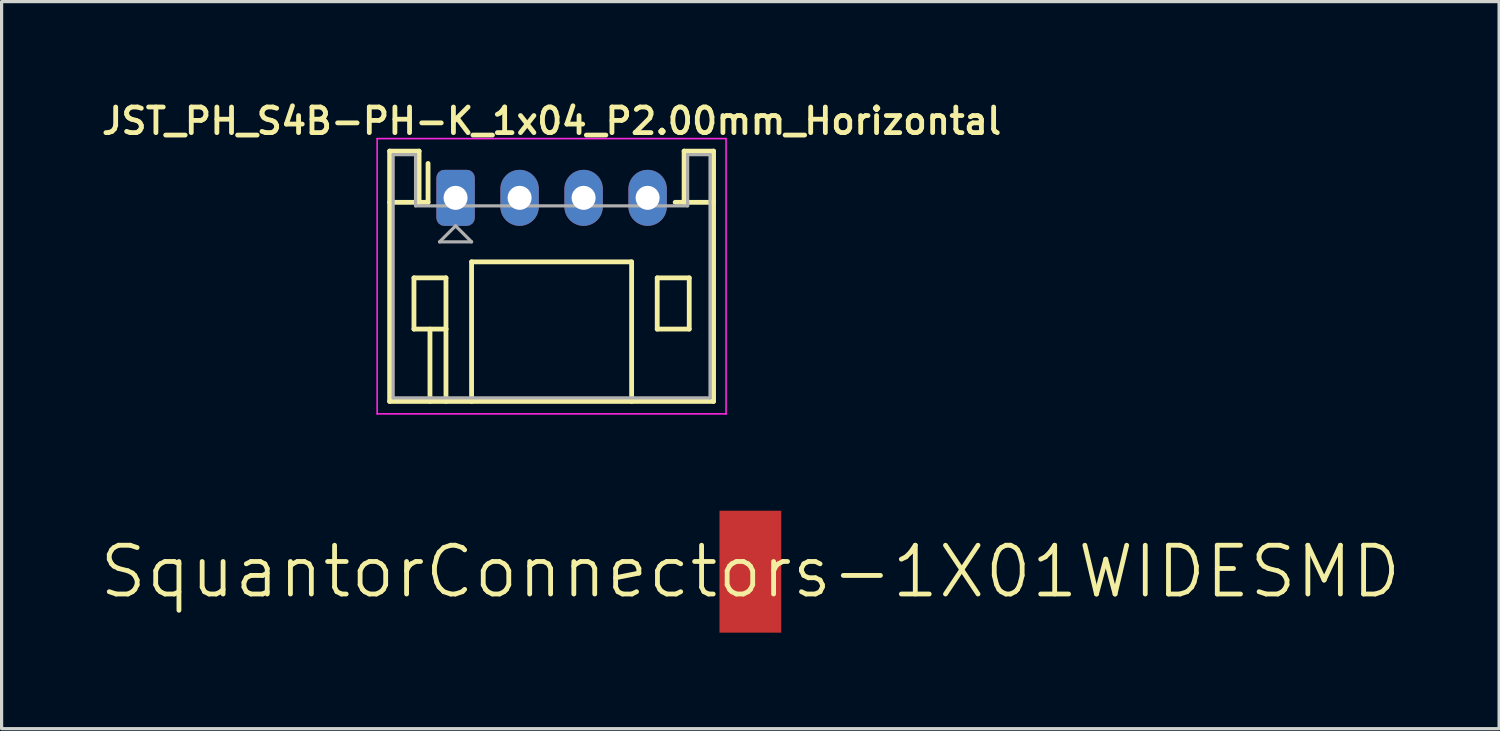
<source format=kicad_pcb>
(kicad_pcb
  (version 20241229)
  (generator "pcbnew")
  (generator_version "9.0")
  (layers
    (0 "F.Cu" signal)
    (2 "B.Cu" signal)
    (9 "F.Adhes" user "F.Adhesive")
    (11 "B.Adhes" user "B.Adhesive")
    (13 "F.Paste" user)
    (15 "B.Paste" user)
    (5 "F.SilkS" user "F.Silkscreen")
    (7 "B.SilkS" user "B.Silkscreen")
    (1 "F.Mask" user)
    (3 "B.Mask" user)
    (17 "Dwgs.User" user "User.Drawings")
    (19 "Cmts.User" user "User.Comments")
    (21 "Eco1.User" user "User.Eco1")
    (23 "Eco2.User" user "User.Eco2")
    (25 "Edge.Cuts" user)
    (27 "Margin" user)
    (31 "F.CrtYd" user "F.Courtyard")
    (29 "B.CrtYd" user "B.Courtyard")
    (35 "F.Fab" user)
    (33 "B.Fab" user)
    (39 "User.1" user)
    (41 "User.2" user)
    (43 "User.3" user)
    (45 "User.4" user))
  (footprint "SquantorConnectors-1X01WIDESMD"
    (layer "F.Cu")
    (at 20.393 14.811)
    (property "Reference" "SquantorConnectors-1X01WIDESMD" (at 0 0 0) (layer "F.SilkS") (effects (font (size 1.524 1.524) (thickness 0.15))))
    (attr smd)
    (pad "1" smd rect (at 0 0 90) (size 3.81 1.93) (layers "F.Cu" "F.Mask" "F.Paste")))
  (footprint "JST_PH_S4B-PH-K_1x04_P2.00mm_Horizontal"
    (layer "F.Cu")
    (at 11.183 3.131)
    (property "Reference" "JST_PH_S4B-PH-K_1x04_P2.00mm_Horizontal" (at 3 -2.4 0) (layer "F.SilkS") (effects (font (size 0.8 0.8) (thickness 0.15))))
    (attr through_hole)
    (fp_line (start -2.06 -1.46) (end -2.06 6.36) (stroke (width 0.15) (type solid)) (layer "F.SilkS"))
    (fp_line (start -2.06 0.14) (end -1.14 0.14) (stroke (width 0.15) (type solid)) (layer "F.SilkS"))
    (fp_line (start -2.06 6.36) (end 8.06 6.36) (stroke (width 0.15) (type solid)) (layer "F.SilkS"))
    (fp_line (start -1.3 2.5) (end -1.3 4.1) (stroke (width 0.15) (type solid)) (layer "F.SilkS"))
    (fp_line (start -1.3 4.1) (end -0.3 4.1) (stroke (width 0.15) (type solid)) (layer "F.SilkS"))
    (fp_line (start -1.14 -1.46) (end -2.06 -1.46) (stroke (width 0.15) (type solid)) (layer "F.SilkS"))
    (fp_line (start -1.14 0.14) (end -1.14 -1.46) (stroke (width 0.15) (type solid)) (layer "F.SilkS"))
    (fp_line (start -0.86 0.14) (end -1.14 0.14) (stroke (width 0.15) (type solid)) (layer "F.SilkS"))
    (fp_line (start -0.86 0.14) (end -0.86 -1.075) (stroke (width 0.15) (type solid)) (layer "F.SilkS"))
    (fp_line (start -0.8 4.1) (end -0.8 6.36) (stroke (width 0.15) (type solid)) (layer "F.SilkS"))
    (fp_line (start -0.3 2.5) (end -1.3 2.5) (stroke (width 0.15) (type solid)) (layer "F.SilkS"))
    (fp_line (start -0.3 4.1) (end -0.3 2.5) (stroke (width 0.15) (type solid)) (layer "F.SilkS"))
    (fp_line (start -0.3 4.1) (end -0.3 6.36) (stroke (width 0.15) (type solid)) (layer "F.SilkS"))
    (fp_line (start 0.5 2) (end 5.5 2) (stroke (width 0.15) (type solid)) (layer "F.SilkS"))
    (fp_line (start 0.5 6.36) (end 0.5 2) (stroke (width 0.15) (type solid)) (layer "F.SilkS"))
    (fp_line (start 5.5 2) (end 5.5 6.36) (stroke (width 0.15) (type solid)) (layer "F.SilkS"))
    (fp_line (start 6.3 2.5) (end 7.3 2.5) (stroke (width 0.15) (type solid)) (layer "F.SilkS"))
    (fp_line (start 6.3 4.1) (end 6.3 2.5) (stroke (width 0.15) (type solid)) (layer "F.SilkS"))
    (fp_line (start 7.14 -1.46) (end 7.14 0.14) (stroke (width 0.15) (type solid)) (layer "F.SilkS"))
    (fp_line (start 7.14 0.14) (end 6.86 0.14) (stroke (width 0.15) (type solid)) (layer "F.SilkS"))
    (fp_line (start 7.3 2.5) (end 7.3 4.1) (stroke (width 0.15) (type solid)) (layer "F.SilkS"))
    (fp_line (start 7.3 4.1) (end 6.3 4.1) (stroke (width 0.15) (type solid)) (layer "F.SilkS"))
    (fp_line (start 8.06 -1.46) (end 7.14 -1.46) (stroke (width 0.15) (type solid)) (layer "F.SilkS"))
    (fp_line (start 8.06 0.14) (end 7.14 0.14) (stroke (width 0.15) (type solid)) (layer "F.SilkS"))
    (fp_line (start 8.06 6.36) (end 8.06 -1.46) (stroke (width 0.15) (type solid)) (layer "F.SilkS"))
    (fp_line (start -2.45 -1.85) (end -2.45 6.75) (stroke (width 0.05) (type solid)) (layer "F.CrtYd"))
    (fp_line (start -2.45 6.75) (end 8.45 6.75) (stroke (width 0.05) (type solid)) (layer "F.CrtYd"))
    (fp_line (start 8.45 -1.85) (end -2.45 -1.85) (stroke (width 0.05) (type solid)) (layer "F.CrtYd"))
    (fp_line (start 8.45 6.75) (end 8.45 -1.85) (stroke (width 0.05) (type solid)) (layer "F.CrtYd"))
    (fp_line (start -1.95 -1.35) (end -1.95 6.25) (stroke (width 0.1) (type solid)) (layer "F.Fab"))
    (fp_line (start -1.95 6.25) (end 7.95 6.25) (stroke (width 0.1) (type solid)) (layer "F.Fab"))
    (fp_line (start -1.25 -1.35) (end -1.95 -1.35) (stroke (width 0.1) (type solid)) (layer "F.Fab"))
    (fp_line (start -1.25 0.25) (end -1.25 -1.35) (stroke (width 0.1) (type solid)) (layer "F.Fab"))
    (fp_line (start -0.5 1.375) (end 0.5 1.375) (stroke (width 0.1) (type solid)) (layer "F.Fab"))
    (fp_line (start 0 0.875) (end -0.5 1.375) (stroke (width 0.1) (type solid)) (layer "F.Fab"))
    (fp_line (start 0.5 1.375) (end 0 0.875) (stroke (width 0.1) (type solid)) (layer "F.Fab"))
    (fp_line (start 7.25 -1.35) (end 7.25 0.25) (stroke (width 0.1) (type solid)) (layer "F.Fab"))
    (fp_line (start 7.25 0.25) (end -1.25 0.25) (stroke (width 0.1) (type solid)) (layer "F.Fab"))
    (fp_line (start 7.95 -1.35) (end 7.25 -1.35) (stroke (width 0.1) (type solid)) (layer "F.Fab"))
    (fp_line (start 7.95 6.25) (end 7.95 -1.35) (stroke (width 0.1) (type solid)) (layer "F.Fab"))
    (pad "1" thru_hole roundrect (at 0 0) (size 1.2 1.75) (drill 0.75) (layers "*.Cu" "*.Mask") (roundrect_rratio 0.208))
    (pad "2" thru_hole oval (at 2 0) (size 1.2 1.75) (drill 0.75) (layers "*.Cu" "*.Mask"))
    (pad "3" thru_hole oval (at 4 0) (size 1.2 1.75) (drill 0.75) (layers "*.Cu" "*.Mask"))
    (pad "4" thru_hole oval (at 6 0) (size 1.2 1.75) (drill 0.75) (layers "*.Cu" "*.Mask")))
  (gr_rect
    (start -3 -3)
    (end 43.785 19.716)
    (stroke (width 0.1) (type default))
    (fill no)
    (layer "Edge.Cuts")))
</source>
